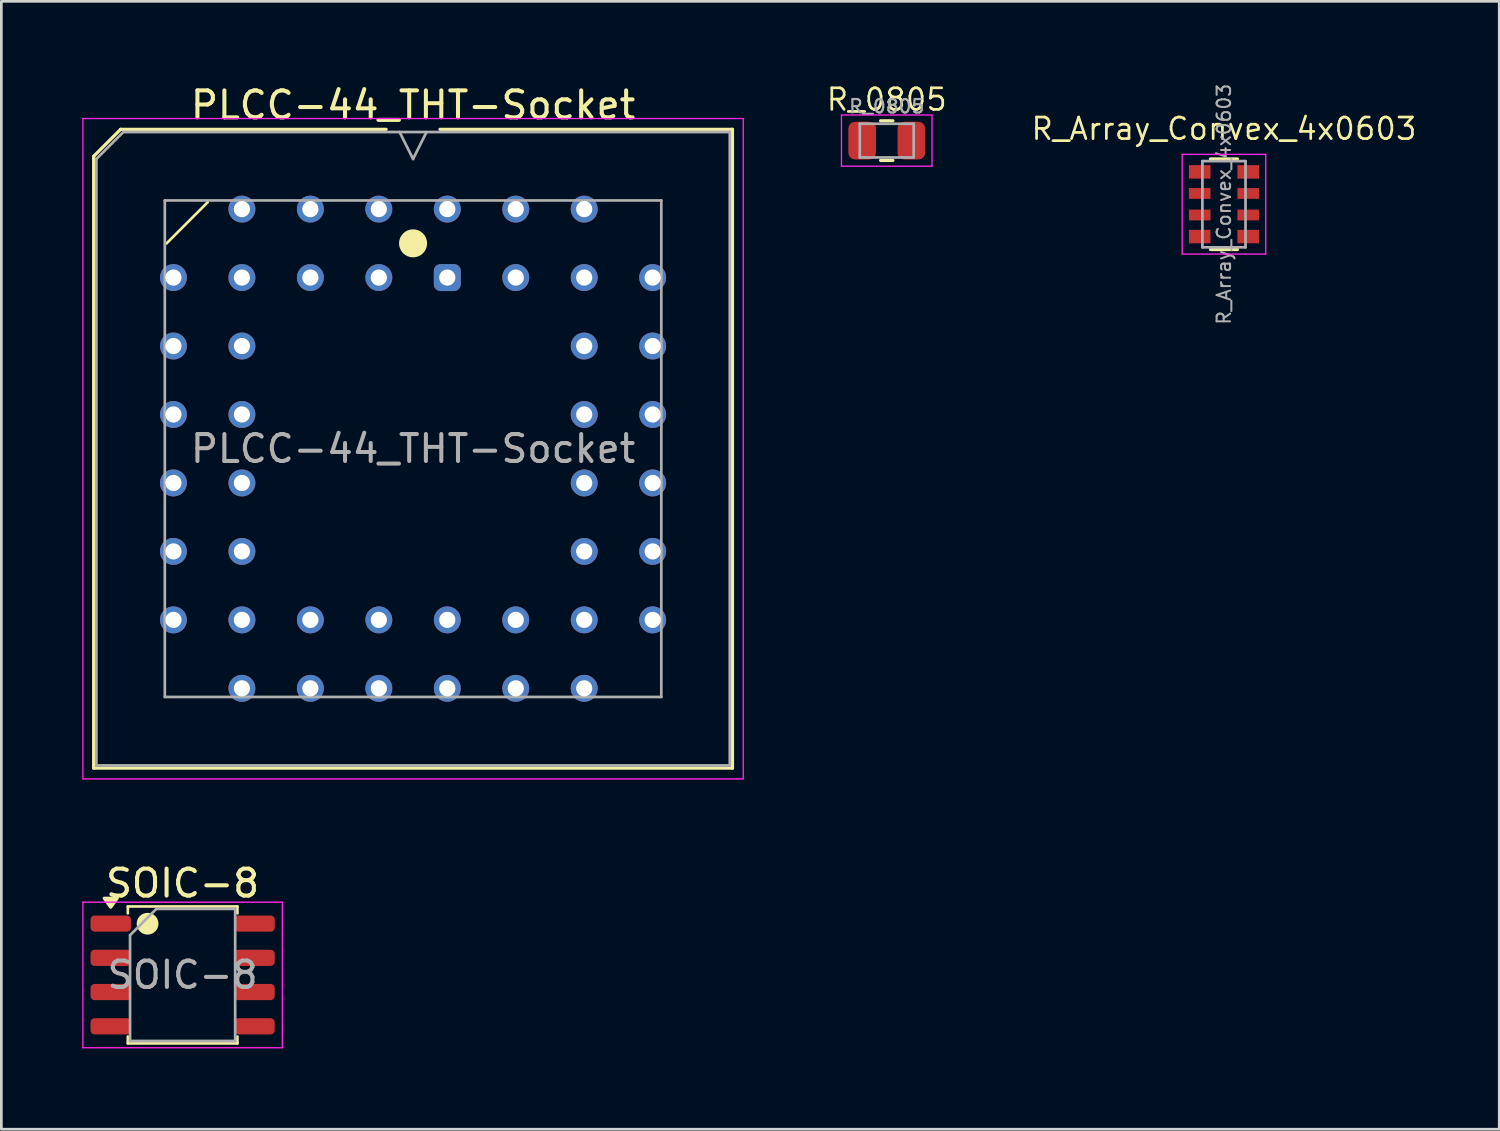
<source format=kicad_pcb>
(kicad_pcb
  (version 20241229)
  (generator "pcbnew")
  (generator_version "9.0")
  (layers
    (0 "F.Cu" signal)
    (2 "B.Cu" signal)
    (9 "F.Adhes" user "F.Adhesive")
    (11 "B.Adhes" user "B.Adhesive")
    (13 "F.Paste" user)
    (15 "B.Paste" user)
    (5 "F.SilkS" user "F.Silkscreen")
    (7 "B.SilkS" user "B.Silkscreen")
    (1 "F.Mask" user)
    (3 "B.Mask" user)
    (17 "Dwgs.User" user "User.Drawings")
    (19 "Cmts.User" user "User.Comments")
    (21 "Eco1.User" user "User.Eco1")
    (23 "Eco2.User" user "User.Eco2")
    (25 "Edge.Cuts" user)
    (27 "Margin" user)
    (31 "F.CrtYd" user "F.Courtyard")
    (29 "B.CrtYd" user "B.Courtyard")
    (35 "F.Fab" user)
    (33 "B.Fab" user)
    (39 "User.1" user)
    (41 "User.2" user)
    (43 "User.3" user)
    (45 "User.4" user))
  (footprint "R_Array_Convex_4x0603"
    (layer "F.Cu")
    (at 42.36 4.527)
    (property "Reference" "R_Array_Convex_4x0603" (at 0 -2.8 0) (unlocked yes) (layer "F.SilkS") (effects (font (size 0.8 0.8) (thickness 0.1))))
    (attr smd)
    (fp_line (start 0.5 -1.68) (end -0.5 -1.68) (stroke (width 0.12) (type solid)) (layer "F.SilkS"))
    (fp_line (start 0.5 1.68) (end -0.5 1.68) (stroke (width 0.12) (type solid)) (layer "F.SilkS"))
    (fp_line (start -1.55 -1.85) (end -1.55 1.85) (stroke (width 0.05) (type solid)) (layer "F.CrtYd"))
    (fp_line (start -1.55 -1.85) (end 1.55 -1.85) (stroke (width 0.05) (type solid)) (layer "F.CrtYd"))
    (fp_line (start 1.55 1.85) (end -1.55 1.85) (stroke (width 0.05) (type solid)) (layer "F.CrtYd"))
    (fp_line (start 1.55 1.85) (end 1.55 -1.85) (stroke (width 0.05) (type solid)) (layer "F.CrtYd"))
    (fp_line (start -0.8 -1.6) (end 0.8 -1.6) (stroke (width 0.1) (type solid)) (layer "F.Fab"))
    (fp_line (start -0.8 1.6) (end -0.8 -1.6) (stroke (width 0.1) (type solid)) (layer "F.Fab"))
    (fp_line (start 0.8 -1.6) (end 0.8 1.6) (stroke (width 0.1) (type solid)) (layer "F.Fab"))
    (fp_line (start 0.8 1.6) (end -0.8 1.6) (stroke (width 0.1) (type solid)) (layer "F.Fab"))
    (fp_text user "${REFERENCE}" (at 0 0 90) (layer "F.Fab") (effects (font (size 0.5 0.5) (thickness 0.075))))
    (pad "1" smd rect (at -0.9 -1.2) (size 0.8 0.5) (layers "F.Cu" "F.Mask" "F.Paste"))
    (pad "2" smd rect (at -0.9 -0.4) (size 0.8 0.4) (layers "F.Cu" "F.Mask" "F.Paste"))
    (pad "3" smd rect (at -0.9 0.4) (size 0.8 0.4) (layers "F.Cu" "F.Mask" "F.Paste"))
    (pad "4" smd rect (at -0.9 1.2) (size 0.8 0.5) (layers "F.Cu" "F.Mask" "F.Paste"))
    (pad "5" smd rect (at 0.9 1.2) (size 0.8 0.5) (layers "F.Cu" "F.Mask" "F.Paste"))
    (pad "6" smd rect (at 0.9 0.4) (size 0.8 0.4) (layers "F.Cu" "F.Mask" "F.Paste"))
    (pad "7" smd rect (at 0.9 -0.4) (size 0.8 0.4) (layers "F.Cu" "F.Mask" "F.Paste"))
    (pad "8" smd rect (at 0.9 -1.2) (size 0.8 0.5) (layers "F.Cu" "F.Mask" "F.Paste")))
  (footprint "PLCC-44_THT-Socket"
    (layer "F.Cu")
    (at 13.545 7.248)
    (property "Reference" "PLCC-44_THT-Socket" (at -1.27 -6.4 0) (layer "F.SilkS") (effects (font (size 1 1) (thickness 0.15))))
    (attr through_hole)
    (fp_line (start -13.12 -4.5) (end -13.12 18.2) (stroke (width 0.12) (type solid)) (layer "F.SilkS"))
    (fp_line (start -13.12 18.2) (end 10.58 18.2) (stroke (width 0.12) (type solid)) (layer "F.SilkS"))
    (fp_line (start -12.12 -5.5) (end -13.12 -4.5) (stroke (width 0.12) (type solid)) (layer "F.SilkS"))
    (fp_line (start -10.414 -1.27) (end -8.89 -2.794) (stroke (width 0.1) (type default)) (layer "F.SilkS"))
    (fp_line (start -2.27 -5.5) (end -12.12 -5.5) (stroke (width 0.12) (type solid)) (layer "F.SilkS"))
    (fp_line (start 10.58 -5.5) (end -0.27 -5.5) (stroke (width 0.12) (type solid)) (layer "F.SilkS"))
    (fp_line (start 10.58 18.2) (end 10.58 -5.5) (stroke (width 0.12) (type solid)) (layer "F.SilkS"))
    (fp_circle (center -1.27 -1.27) (end -0.762 -1.27) (stroke (width 0.025) (type solid)) (fill yes) (layer "F.SilkS"))
    (fp_rect (start -2.667 -0.125) (end -2.417 0.125) (stroke (width 0.001) (type solid)) (fill no) (layer "Dwgs.User"))
    (fp_line (start -13.52 -5.9) (end -13.52 18.6) (stroke (width 0.05) (type solid)) (layer "F.CrtYd"))
    (fp_line (start -13.52 18.6) (end 10.98 18.6) (stroke (width 0.05) (type solid)) (layer "F.CrtYd"))
    (fp_line (start 10.98 -5.9) (end -13.52 -5.9) (stroke (width 0.05) (type solid)) (layer "F.CrtYd"))
    (fp_line (start 10.98 18.6) (end 10.98 -5.9) (stroke (width 0.05) (type solid)) (layer "F.CrtYd"))
    (fp_line (start -13.02 -4.4) (end -13.02 18.1) (stroke (width 0.1) (type solid)) (layer "F.Fab"))
    (fp_line (start -13.02 18.1) (end 10.48 18.1) (stroke (width 0.1) (type solid)) (layer "F.Fab"))
    (fp_line (start -12.02 -5.4) (end -13.02 -4.4) (stroke (width 0.1) (type solid)) (layer "F.Fab"))
    (fp_line (start -10.48 -2.86) (end -10.48 15.56) (stroke (width 0.1) (type solid)) (layer "F.Fab"))
    (fp_line (start -10.48 15.56) (end 7.94 15.56) (stroke (width 0.1) (type solid)) (layer "F.Fab"))
    (fp_line (start -1.77 -5.4) (end -1.27 -4.4) (stroke (width 0.1) (type solid)) (layer "F.Fab"))
    (fp_line (start -1.27 -4.4) (end -0.77 -5.4) (stroke (width 0.1) (type solid)) (layer "F.Fab"))
    (fp_line (start 7.94 -2.86) (end -10.48 -2.86) (stroke (width 0.1) (type solid)) (layer "F.Fab"))
    (fp_line (start 7.94 15.56) (end 7.94 -2.86) (stroke (width 0.1) (type solid)) (layer "F.Fab"))
    (fp_line (start 10.48 -5.4) (end -12.02 -5.4) (stroke (width 0.1) (type solid)) (layer "F.Fab"))
    (fp_line (start 10.48 18.1) (end 10.48 -5.4) (stroke (width 0.1) (type solid)) (layer "F.Fab"))
    (fp_text user "${REFERENCE}" (at -1.27 6.35 0) (layer "F.Fab") (effects (font (size 1 1) (thickness 0.15))))
    (pad "1" thru_hole roundrect (at 0 0) (size 1 1) (drill 0.6) (layers "*.Cu" "*.Mask") (roundrect_rratio 0.25))
    (pad "2" thru_hole circle (at -2.54 -2.54) (size 1 1) (drill 0.6) (layers "*.Cu" "*.Mask"))
    (pad "3" thru_hole circle (at -2.54 0) (size 1 1) (drill 0.6) (layers "*.Cu" "*.Mask"))
    (pad "4" thru_hole circle (at -5.08 -2.54) (size 1 1) (drill 0.6) (layers "*.Cu" "*.Mask"))
    (pad "5" thru_hole circle (at -5.08 0) (size 1 1) (drill 0.6) (layers "*.Cu" "*.Mask"))
    (pad "6" thru_hole circle (at -7.62 -2.54) (size 1 1) (drill 0.6) (layers "*.Cu" "*.Mask"))
    (pad "7" thru_hole circle (at -10.16 0) (size 1 1) (drill 0.6) (layers "*.Cu" "*.Mask"))
    (pad "8" thru_hole circle (at -7.62 0) (size 1 1) (drill 0.6) (layers "*.Cu" "*.Mask"))
    (pad "9" thru_hole circle (at -10.16 2.54) (size 1 1) (drill 0.6) (layers "*.Cu" "*.Mask"))
    (pad "10" thru_hole circle (at -7.62 2.54) (size 1 1) (drill 0.6) (layers "*.Cu" "*.Mask"))
    (pad "11" thru_hole circle (at -10.16 5.08) (size 1 1) (drill 0.6) (layers "*.Cu" "*.Mask"))
    (pad "12" thru_hole circle (at -7.62 5.08) (size 1 1) (drill 0.6) (layers "*.Cu" "*.Mask"))
    (pad "13" thru_hole circle (at -10.16 7.62) (size 1 1) (drill 0.6) (layers "*.Cu" "*.Mask"))
    (pad "14" thru_hole circle (at -7.62 7.62) (size 1 1) (drill 0.6) (layers "*.Cu" "*.Mask"))
    (pad "15" thru_hole circle (at -10.16 10.16) (size 1 1) (drill 0.6) (layers "*.Cu" "*.Mask"))
    (pad "16" thru_hole circle (at -7.62 10.16) (size 1 1) (drill 0.6) (layers "*.Cu" "*.Mask"))
    (pad "17" thru_hole circle (at -10.16 12.7) (size 1 1) (drill 0.6) (layers "*.Cu" "*.Mask"))
    (pad "18" thru_hole circle (at -7.62 15.24) (size 1 1) (drill 0.6) (layers "*.Cu" "*.Mask"))
    (pad "19" thru_hole circle (at -7.62 12.7) (size 1 1) (drill 0.6) (layers "*.Cu" "*.Mask"))
    (pad "20" thru_hole circle (at -5.08 15.24) (size 1 1) (drill 0.6) (layers "*.Cu" "*.Mask"))
    (pad "21" thru_hole circle (at -5.08 12.7) (size 1 1) (drill 0.6) (layers "*.Cu" "*.Mask"))
    (pad "22" thru_hole circle (at -2.54 15.24) (size 1 1) (drill 0.6) (layers "*.Cu" "*.Mask"))
    (pad "23" thru_hole circle (at -2.54 12.7) (size 1 1) (drill 0.6) (layers "*.Cu" "*.Mask"))
    (pad "24" thru_hole circle (at 0 15.24) (size 1 1) (drill 0.6) (layers "*.Cu" "*.Mask"))
    (pad "25" thru_hole circle (at 0 12.7) (size 1 1) (drill 0.6) (layers "*.Cu" "*.Mask"))
    (pad "26" thru_hole circle (at 2.54 15.24) (size 1 1) (drill 0.6) (layers "*.Cu" "*.Mask"))
    (pad "27" thru_hole circle (at 2.54 12.7) (size 1 1) (drill 0.6) (layers "*.Cu" "*.Mask"))
    (pad "28" thru_hole circle (at 5.08 15.24) (size 1 1) (drill 0.6) (layers "*.Cu" "*.Mask"))
    (pad "29" thru_hole circle (at 7.62 12.7) (size 1 1) (drill 0.6) (layers "*.Cu" "*.Mask"))
    (pad "30" thru_hole circle (at 5.08 12.7) (size 1 1) (drill 0.6) (layers "*.Cu" "*.Mask"))
    (pad "31" thru_hole circle (at 7.62 10.16) (size 1 1) (drill 0.6) (layers "*.Cu" "*.Mask"))
    (pad "32" thru_hole circle (at 5.08 10.16) (size 1 1) (drill 0.6) (layers "*.Cu" "*.Mask"))
    (pad "33" thru_hole circle (at 7.62 7.62) (size 1 1) (drill 0.6) (layers "*.Cu" "*.Mask"))
    (pad "34" thru_hole circle (at 5.08 7.62) (size 1 1) (drill 0.6) (layers "*.Cu" "*.Mask"))
    (pad "35" thru_hole circle (at 7.62 5.08) (size 1 1) (drill 0.6) (layers "*.Cu" "*.Mask"))
    (pad "36" thru_hole circle (at 5.08 5.08) (size 1 1) (drill 0.6) (layers "*.Cu" "*.Mask"))
    (pad "37" thru_hole circle (at 7.62 2.54) (size 1 1) (drill 0.6) (layers "*.Cu" "*.Mask"))
    (pad "38" thru_hole circle (at 5.08 2.54) (size 1 1) (drill 0.6) (layers "*.Cu" "*.Mask"))
    (pad "39" thru_hole circle (at 7.62 0) (size 1 1) (drill 0.6) (layers "*.Cu" "*.Mask"))
    (pad "40" thru_hole circle (at 5.08 -2.54) (size 1 1) (drill 0.6) (layers "*.Cu" "*.Mask"))
    (pad "41" thru_hole circle (at 5.08 0) (size 1 1) (drill 0.6) (layers "*.Cu" "*.Mask"))
    (pad "42" thru_hole circle (at 2.54 -2.54) (size 1 1) (drill 0.6) (layers "*.Cu" "*.Mask"))
    (pad "43" thru_hole circle (at 2.54 0) (size 1 1) (drill 0.6) (layers "*.Cu" "*.Mask"))
    (pad "44" thru_hole circle (at 0 -2.54) (size 1 1) (drill 0.6) (layers "*.Cu" "*.Mask")))
  (footprint "R_0805"
    (layer "F.Cu")
    (at 29.849 2.167)
    (property "Reference" "R_0805" (at 0 -1.524 0) (unlocked yes) (layer "F.SilkS") (effects (font (size 0.8 0.8) (thickness 0.1))))
    (attr smd)
    (fp_line (start -0.227 -0.735) (end 0.227 -0.735) (stroke (width 0.12) (type solid)) (layer "F.SilkS"))
    (fp_line (start -0.227 0.735) (end 0.227 0.735) (stroke (width 0.12) (type solid)) (layer "F.SilkS"))
    (fp_line (start -1.68 -0.95) (end 1.68 -0.95) (stroke (width 0.05) (type solid)) (layer "F.CrtYd"))
    (fp_line (start -1.68 0.95) (end -1.68 -0.95) (stroke (width 0.05) (type solid)) (layer "F.CrtYd"))
    (fp_line (start 1.68 -0.95) (end 1.68 0.95) (stroke (width 0.05) (type solid)) (layer "F.CrtYd"))
    (fp_line (start 1.68 0.95) (end -1.68 0.95) (stroke (width 0.05) (type solid)) (layer "F.CrtYd"))
    (fp_line (start -1 -0.625) (end 1 -0.625) (stroke (width 0.1) (type solid)) (layer "F.Fab"))
    (fp_line (start -1 0.625) (end -1 -0.625) (stroke (width 0.1) (type solid)) (layer "F.Fab"))
    (fp_line (start 1 -0.625) (end 1 0.625) (stroke (width 0.1) (type solid)) (layer "F.Fab"))
    (fp_line (start 1 0.625) (end -1 0.625) (stroke (width 0.1) (type solid)) (layer "F.Fab"))
    (fp_text user "${REFERENCE}" (at 0 -1.27 0) (layer "F.Fab") (effects (font (size 0.5 0.5) (thickness 0.08))))
    (pad "1" smd roundrect (at -0.912 0) (size 1.025 1.4) (layers "F.Cu" "F.Mask" "F.Paste") (roundrect_rratio 0.244))
    (pad "2" smd roundrect (at 0.912 0) (size 1.025 1.4) (layers "F.Cu" "F.Mask" "F.Paste") (roundrect_rratio 0.244)))
  (footprint "SOIC-8"
    (layer "F.Cu")
    (at 3.725 33.121)
    (property "Reference" "SOIC-8" (at 0 -3.4 0) (layer "F.SilkS") (effects (font (size 1 1) (thickness 0.15))))
    (attr smd)
    (fp_line (start -2.032 -2.54) (end 2.032 -2.54) (stroke (width 0.1) (type default)) (layer "F.SilkS"))
    (fp_line (start -2.032 -2.286) (end -2.032 -2.54) (stroke (width 0.1) (type default)) (layer "F.SilkS"))
    (fp_line (start -2.032 2.54) (end -2.032 2.286) (stroke (width 0.1) (type default)) (layer "F.SilkS"))
    (fp_line (start 2.032 -2.54) (end 2.032 -2.286) (stroke (width 0.1) (type default)) (layer "F.SilkS"))
    (fp_line (start 2.032 2.286) (end 2.032 2.54) (stroke (width 0.1) (type default)) (layer "F.SilkS"))
    (fp_line (start 2.032 2.54) (end -2.032 2.54) (stroke (width 0.1) (type default)) (layer "F.SilkS"))
    (fp_circle (center -1.3 -1.9) (end -0.946 -1.9) (stroke (width 0.1) (type solid)) (fill yes) (layer "F.SilkS"))
    (fp_poly (pts (xy -2.667 -2.515) (xy -2.907 -2.845) (xy -2.427 -2.845) (xy -2.667 -2.515)) (stroke (width 0.12) (type solid)) (fill yes) (layer "F.SilkS"))
    (fp_line (start -3.7 -2.7) (end -3.7 2.7) (stroke (width 0.05) (type solid)) (layer "F.CrtYd"))
    (fp_line (start -3.7 2.7) (end 3.7 2.7) (stroke (width 0.05) (type solid)) (layer "F.CrtYd"))
    (fp_line (start 3.7 -2.7) (end -3.7 -2.7) (stroke (width 0.05) (type solid)) (layer "F.CrtYd"))
    (fp_line (start 3.7 2.7) (end 3.7 -2.7) (stroke (width 0.05) (type solid)) (layer "F.CrtYd"))
    (fp_line (start -1.95 -1.475) (end -0.975 -2.45) (stroke (width 0.1) (type solid)) (layer "F.Fab"))
    (fp_line (start -1.95 2.45) (end -1.95 -1.475) (stroke (width 0.1) (type solid)) (layer "F.Fab"))
    (fp_line (start -0.975 -2.45) (end 1.95 -2.45) (stroke (width 0.1) (type solid)) (layer "F.Fab"))
    (fp_line (start 1.95 -2.45) (end 1.95 2.45) (stroke (width 0.1) (type solid)) (layer "F.Fab"))
    (fp_line (start 1.95 2.45) (end -1.95 2.45) (stroke (width 0.1) (type solid)) (layer "F.Fab"))
    (fp_text user "${REFERENCE}" (at 0 0 0) (layer "F.Fab") (effects (font (size 0.98 0.98) (thickness 0.15))))
    (pad "1" smd roundrect (at -2.667 -1.905) (size 1.5 0.6) (layers "F.Cu" "F.Mask" "F.Paste") (roundrect_rratio 0.25))
    (pad "2" smd roundrect (at -2.667 -0.635) (size 1.5 0.6) (layers "F.Cu" "F.Mask" "F.Paste") (roundrect_rratio 0.25))
    (pad "3" smd roundrect (at -2.667 0.635) (size 1.5 0.6) (layers "F.Cu" "F.Mask" "F.Paste") (roundrect_rratio 0.25))
    (pad "4" smd roundrect (at -2.667 1.905) (size 1.5 0.6) (layers "F.Cu" "F.Mask" "F.Paste") (roundrect_rratio 0.25))
    (pad "5" smd roundrect (at 2.667 1.905) (size 1.5 0.6) (layers "F.Cu" "F.Mask" "F.Paste") (roundrect_rratio 0.25))
    (pad "6" smd roundrect (at 2.667 0.635) (size 1.5 0.6) (layers "F.Cu" "F.Mask" "F.Paste") (roundrect_rratio 0.25))
    (pad "7" smd roundrect (at 2.667 -0.635) (size 1.5 0.6) (layers "F.Cu" "F.Mask" "F.Paste") (roundrect_rratio 0.25))
    (pad "8" smd roundrect (at 2.667 -1.905) (size 1.5 0.6) (layers "F.Cu" "F.Mask" "F.Paste") (roundrect_rratio 0.25)))
  (gr_rect
    (start -3 -3)
    (end 52.573 38.846)
    (stroke (width 0.1) (type default))
    (fill no)
    (layer "Edge.Cuts")))
</source>
